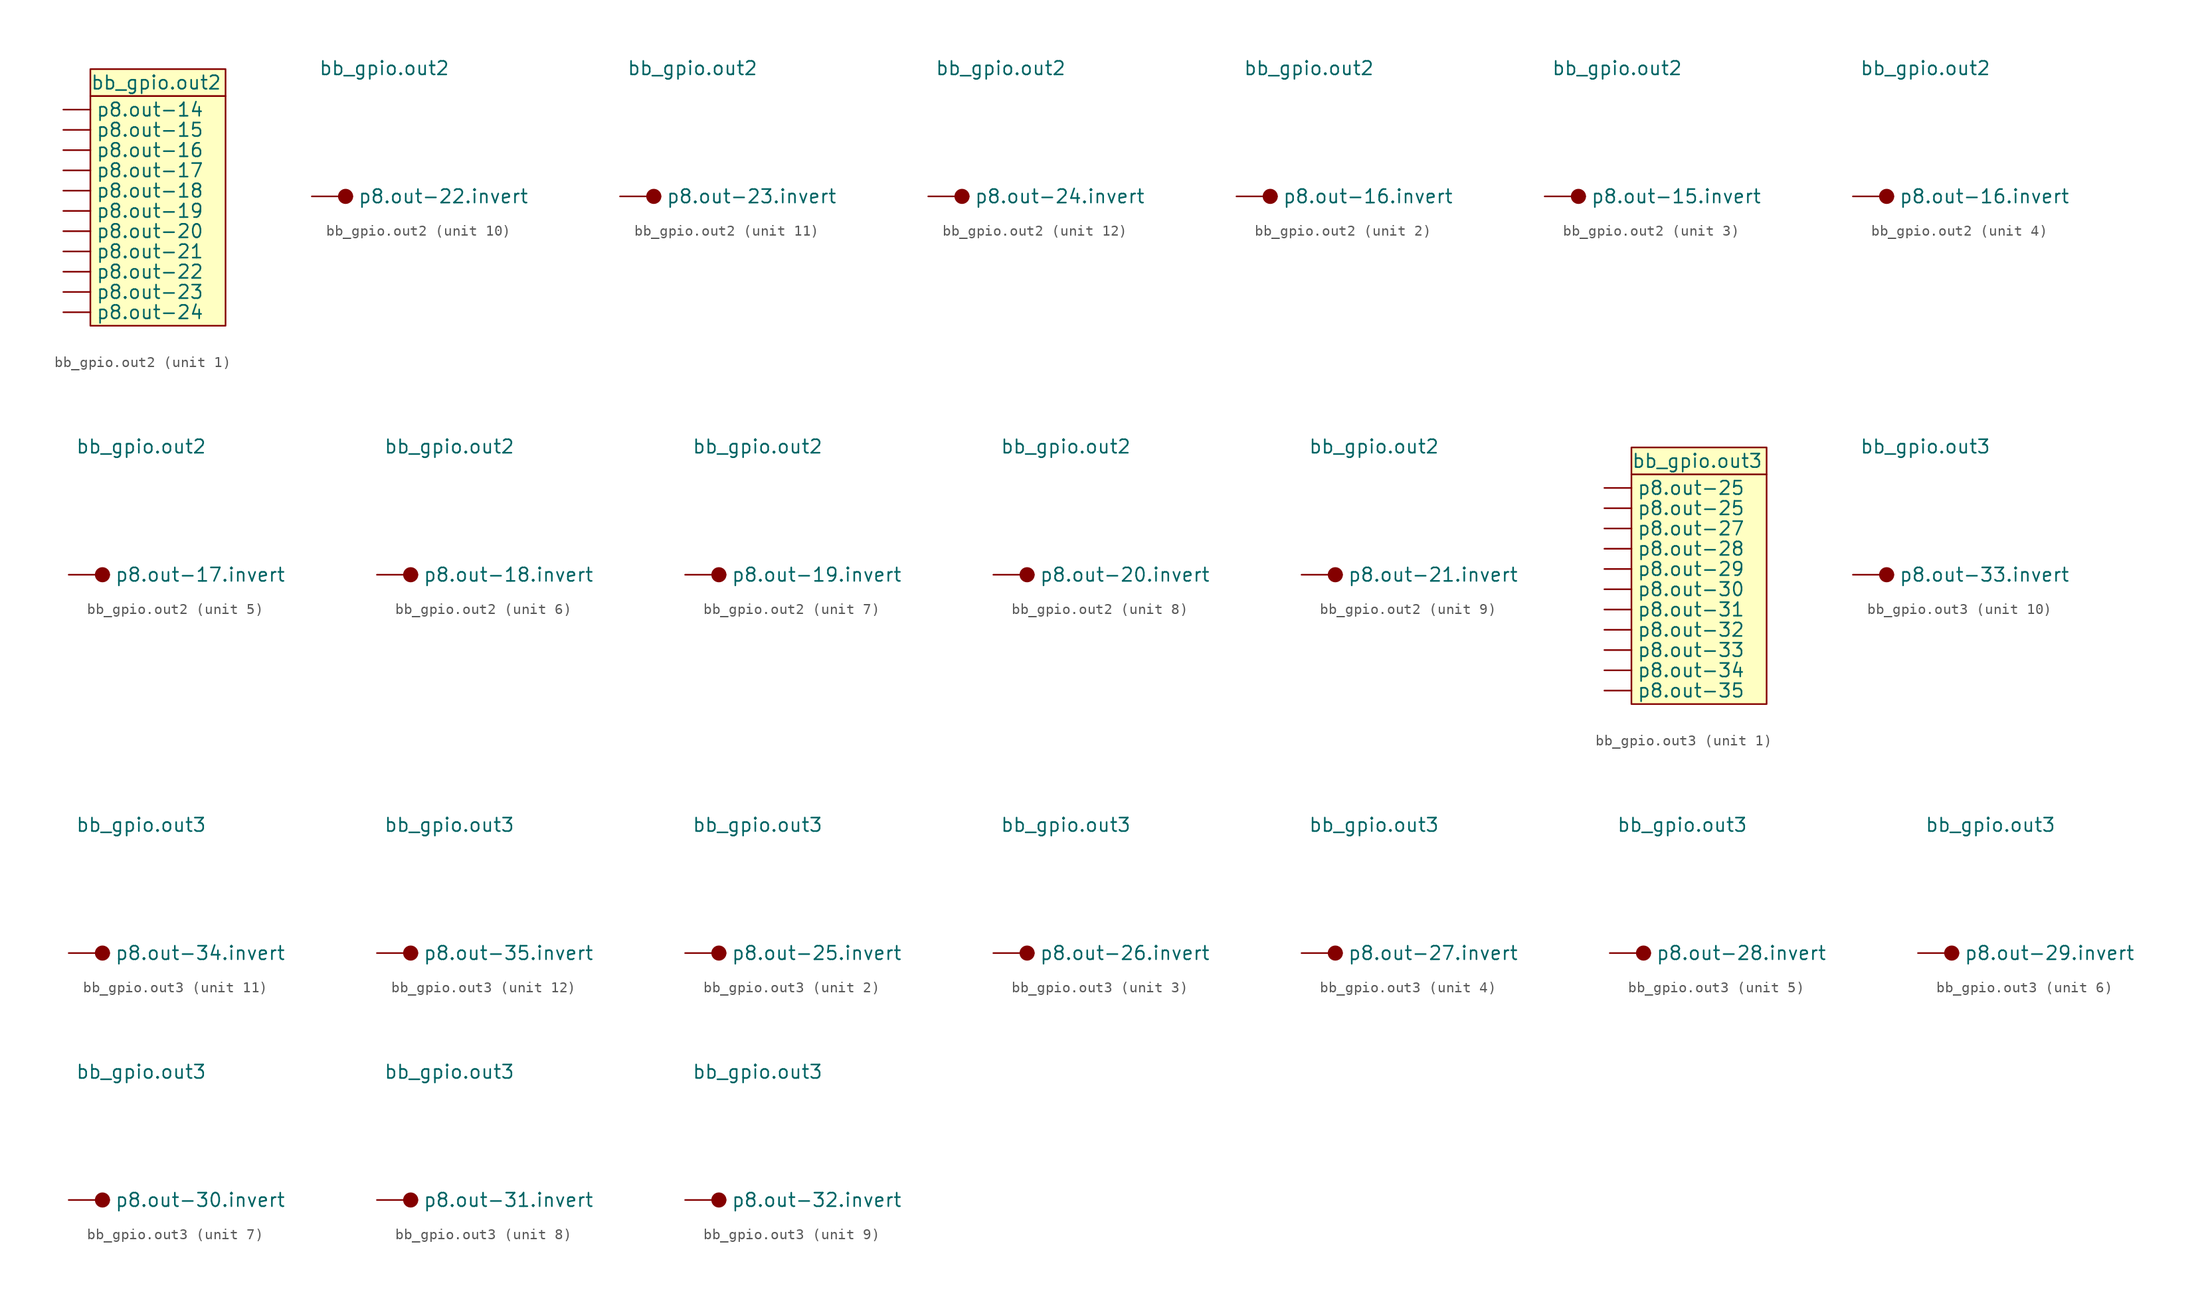
<source format=kicad_sym>
(kicad_symbol_lib
  (version 20220914)
  (generator kicad_symbol_editor)
  (symbol "bb_gpio.out2"
    (pin_numbers hide)
    (property "Reference" "BB-GPIO"
      (at 0 0 0)
      (effects (font (size 1.27 1.27)) hide))
    (property "Value" "bb_gpio.out2"
      (at -3.81 12.065 0)
      (effects (font (size 1.27 1.27)) (justify left)))
    (property "ki_locked" ""
      (at 0 0 0)
      (effects (font (size 1.27 1.27))))
    (symbol "bb_gpio.out2_1_1"
      (rectangle (start -3.81 10.795) (end 8.89 -10.795) (stroke (width 0.152) (type default)) (fill (type background)))
      (rectangle (start -3.81 13.335) (end 8.89 10.795) (stroke (width 0.152) (type default)) (fill (type background)))
      (pin input line (at -6.35 9.525 0) (length 2.54) (name "p8.out-14" (effects (font (size 1.27 1.27)))) (number "1" (effects (font (size 1.27 1.27)))))
      (pin input line (at -6.35 -7.62 0) (length 2.54) (name "p8.out-23" (effects (font (size 1.27 1.27)))) (number "10" (effects (font (size 1.27 1.27)))))
      (pin input line (at -6.35 -9.525 0) (length 2.54) (name "p8.out-24" (effects (font (size 1.27 1.27)))) (number "11" (effects (font (size 1.27 1.27)))))
      (pin input line (at -6.35 7.62 0) (length 2.54) (name "p8.out-15" (effects (font (size 1.27 1.27)))) (number "2" (effects (font (size 1.27 1.27)))))
      (pin input line (at -6.35 5.715 0) (length 2.54) (name "p8.out-16" (effects (font (size 1.27 1.27)))) (number "3" (effects (font (size 1.27 1.27)))))
      (pin input line (at -6.35 3.81 0) (length 2.54) (name "p8.out-17" (effects (font (size 1.27 1.27)))) (number "4" (effects (font (size 1.27 1.27)))))
      (pin input line (at -6.35 1.905 0) (length 2.54) (name "p8.out-18" (effects (font (size 1.27 1.27)))) (number "5" (effects (font (size 1.27 1.27)))))
      (pin input line (at -6.35 0 0) (length 2.54) (name "p8.out-19" (effects (font (size 1.27 1.27)))) (number "6" (effects (font (size 1.27 1.27)))))
      (pin input line (at -6.35 -1.905 0) (length 2.54) (name "p8.out-20" (effects (font (size 1.27 1.27)))) (number "7" (effects (font (size 1.27 1.27)))))
      (pin input line (at -6.35 -3.81 0) (length 2.54) (name "p8.out-21" (effects (font (size 1.27 1.27)))) (number "8" (effects (font (size 1.27 1.27)))))
      (pin input line (at -6.35 -5.715 0) (length 2.54) (name "p8.out-22" (effects (font (size 1.27 1.27)))) (number "9" (effects (font (size 1.27 1.27))))))
    (symbol "bb_gpio.out2_2_1"
      (circle (center -1.27 0) (radius 0.635) (stroke (width 0.152) (type default)) (fill (type outline)))
      (pin input line (at -4.445 0 0) (length 3.81) (name "p8.out-16.invert" (effects (font (size 1.27 1.27)))) (number "12" (effects (font (size 1.27 1.27))))))
    (symbol "bb_gpio.out2_3_1"
      (circle (center -1.27 0) (radius 0.635) (stroke (width 0.152) (type default)) (fill (type outline)))
      (pin input line (at -4.445 0 0) (length 3.81) (name "p8.out-15.invert" (effects (font (size 1.27 1.27)))) (number "13" (effects (font (size 1.27 1.27))))))
    (symbol "bb_gpio.out2_4_1"
      (circle (center -1.27 0) (radius 0.635) (stroke (width 0.152) (type default)) (fill (type outline)))
      (pin input line (at -4.445 0 0) (length 3.81) (name "p8.out-16.invert" (effects (font (size 1.27 1.27)))) (number "14" (effects (font (size 1.27 1.27))))))
    (symbol "bb_gpio.out2_5_1"
      (circle (center -1.27 0) (radius 0.635) (stroke (width 0.152) (type default)) (fill (type outline)))
      (pin input line (at -4.445 0 0) (length 3.81) (name "p8.out-17.invert" (effects (font (size 1.27 1.27)))) (number "15" (effects (font (size 1.27 1.27))))))
    (symbol "bb_gpio.out2_6_1"
      (circle (center -1.27 0) (radius 0.635) (stroke (width 0.152) (type default)) (fill (type outline)))
      (pin input line (at -4.445 0 0) (length 3.81) (name "p8.out-18.invert" (effects (font (size 1.27 1.27)))) (number "16" (effects (font (size 1.27 1.27))))))
    (symbol "bb_gpio.out2_7_1"
      (circle (center -1.27 0) (radius 0.635) (stroke (width 0.152) (type default)) (fill (type outline)))
      (pin input line (at -4.445 0 0) (length 3.81) (name "p8.out-19.invert" (effects (font (size 1.27 1.27)))) (number "17" (effects (font (size 1.27 1.27))))))
    (symbol "bb_gpio.out2_8_1"
      (circle (center -1.27 0) (radius 0.635) (stroke (width 0.152) (type default)) (fill (type outline)))
      (pin input line (at -4.445 0 0) (length 3.81) (name "p8.out-20.invert" (effects (font (size 1.27 1.27)))) (number "18" (effects (font (size 1.27 1.27))))))
    (symbol "bb_gpio.out2_9_1"
      (circle (center -1.27 0) (radius 0.635) (stroke (width 0.152) (type default)) (fill (type outline)))
      (pin input line (at -4.445 0 0) (length 3.81) (name "p8.out-21.invert" (effects (font (size 1.27 1.27)))) (number "19" (effects (font (size 1.27 1.27))))))
    (symbol "bb_gpio.out2_10_1"
      (circle (center -1.27 0) (radius 0.635) (stroke (width 0.152) (type default)) (fill (type outline)))
      (pin input line (at -4.445 0 0) (length 3.81) (name "p8.out-22.invert" (effects (font (size 1.27 1.27)))) (number "20" (effects (font (size 1.27 1.27))))))
    (symbol "bb_gpio.out2_11_1"
      (circle (center -1.27 0) (radius 0.635) (stroke (width 0.152) (type default)) (fill (type outline)))
      (pin input line (at -4.445 0 0) (length 3.81) (name "p8.out-23.invert" (effects (font (size 1.27 1.27)))) (number "21" (effects (font (size 1.27 1.27))))))
    (symbol "bb_gpio.out2_12_1"
      (circle (center -1.27 0) (radius 0.635) (stroke (width 0.152) (type default)) (fill (type outline)))
      (pin input line (at -4.445 0 0) (length 3.81) (name "p8.out-24.invert" (effects (font (size 1.27 1.27)))) (number "22" (effects (font (size 1.27 1.27)))))))
  (symbol "bb_gpio.out3"
    (pin_numbers hide)
    (property "Reference" "BB-GPIO"
      (at 0 0 0)
      (effects (font (size 1.27 1.27)) hide))
    (property "Value" "bb_gpio.out3"
      (at -3.81 12.065 0)
      (effects (font (size 1.27 1.27)) (justify left)))
    (property "ki_locked" ""
      (at 0 0 0)
      (effects (font (size 1.27 1.27))))
    (symbol "bb_gpio.out3_1_1"
      (rectangle (start -3.81 10.795) (end 8.89 -10.795) (stroke (width 0.152) (type default)) (fill (type background)))
      (rectangle (start -3.81 13.335) (end 8.89 10.795) (stroke (width 0.152) (type default)) (fill (type background)))
      (pin input line (at -6.35 9.525 0) (length 2.54) (name "p8.out-25" (effects (font (size 1.27 1.27)))) (number "1" (effects (font (size 1.27 1.27)))))
      (pin input line (at -6.35 -7.62 0) (length 2.54) (name "p8.out-34" (effects (font (size 1.27 1.27)))) (number "10" (effects (font (size 1.27 1.27)))))
      (pin input line (at -6.35 -9.525 0) (length 2.54) (name "p8.out-35" (effects (font (size 1.27 1.27)))) (number "11" (effects (font (size 1.27 1.27)))))
      (pin input line (at -6.35 7.62 0) (length 2.54) (name "p8.out-25" (effects (font (size 1.27 1.27)))) (number "2" (effects (font (size 1.27 1.27)))))
      (pin input line (at -6.35 5.715 0) (length 2.54) (name "p8.out-27" (effects (font (size 1.27 1.27)))) (number "3" (effects (font (size 1.27 1.27)))))
      (pin input line (at -6.35 3.81 0) (length 2.54) (name "p8.out-28" (effects (font (size 1.27 1.27)))) (number "4" (effects (font (size 1.27 1.27)))))
      (pin input line (at -6.35 1.905 0) (length 2.54) (name "p8.out-29" (effects (font (size 1.27 1.27)))) (number "5" (effects (font (size 1.27 1.27)))))
      (pin input line (at -6.35 0 0) (length 2.54) (name "p8.out-30" (effects (font (size 1.27 1.27)))) (number "6" (effects (font (size 1.27 1.27)))))
      (pin input line (at -6.35 -1.905 0) (length 2.54) (name "p8.out-31" (effects (font (size 1.27 1.27)))) (number "7" (effects (font (size 1.27 1.27)))))
      (pin input line (at -6.35 -3.81 0) (length 2.54) (name "p8.out-32" (effects (font (size 1.27 1.27)))) (number "8" (effects (font (size 1.27 1.27)))))
      (pin input line (at -6.35 -5.715 0) (length 2.54) (name "p8.out-33" (effects (font (size 1.27 1.27)))) (number "9" (effects (font (size 1.27 1.27))))))
    (symbol "bb_gpio.out3_2_1"
      (circle (center -1.27 0) (radius 0.635) (stroke (width 0.152) (type default)) (fill (type outline)))
      (pin input line (at -4.445 0 0) (length 3.81) (name "p8.out-25.invert" (effects (font (size 1.27 1.27)))) (number "12" (effects (font (size 1.27 1.27))))))
    (symbol "bb_gpio.out3_3_1"
      (circle (center -1.27 0) (radius 0.635) (stroke (width 0.152) (type default)) (fill (type outline)))
      (pin input line (at -4.445 0 0) (length 3.81) (name "p8.out-26.invert" (effects (font (size 1.27 1.27)))) (number "13" (effects (font (size 1.27 1.27))))))
    (symbol "bb_gpio.out3_4_1"
      (circle (center -1.27 0) (radius 0.635) (stroke (width 0.152) (type default)) (fill (type outline)))
      (pin input line (at -4.445 0 0) (length 3.81) (name "p8.out-27.invert" (effects (font (size 1.27 1.27)))) (number "14" (effects (font (size 1.27 1.27))))))
    (symbol "bb_gpio.out3_5_1"
      (circle (center -1.27 0) (radius 0.635) (stroke (width 0.152) (type default)) (fill (type outline)))
      (pin input line (at -4.445 0 0) (length 3.81) (name "p8.out-28.invert" (effects (font (size 1.27 1.27)))) (number "15" (effects (font (size 1.27 1.27))))))
    (symbol "bb_gpio.out3_6_1"
      (circle (center -1.27 0) (radius 0.635) (stroke (width 0.152) (type default)) (fill (type outline)))
      (pin input line (at -4.445 0 0) (length 3.81) (name "p8.out-29.invert" (effects (font (size 1.27 1.27)))) (number "16" (effects (font (size 1.27 1.27))))))
    (symbol "bb_gpio.out3_7_1"
      (circle (center -1.27 0) (radius 0.635) (stroke (width 0.152) (type default)) (fill (type outline)))
      (pin input line (at -4.445 0 0) (length 3.81) (name "p8.out-30.invert" (effects (font (size 1.27 1.27)))) (number "17" (effects (font (size 1.27 1.27))))))
    (symbol "bb_gpio.out3_8_1"
      (circle (center -1.27 0) (radius 0.635) (stroke (width 0.152) (type default)) (fill (type outline)))
      (pin input line (at -4.445 0 0) (length 3.81) (name "p8.out-31.invert" (effects (font (size 1.27 1.27)))) (number "18" (effects (font (size 1.27 1.27))))))
    (symbol "bb_gpio.out3_9_1"
      (circle (center -1.27 0) (radius 0.635) (stroke (width 0.152) (type default)) (fill (type outline)))
      (pin input line (at -4.445 0 0) (length 3.81) (name "p8.out-32.invert" (effects (font (size 1.27 1.27)))) (number "19" (effects (font (size 1.27 1.27))))))
    (symbol "bb_gpio.out3_10_1"
      (circle (center -1.27 0) (radius 0.635) (stroke (width 0.152) (type default)) (fill (type outline)))
      (pin input line (at -4.445 0 0) (length 3.81) (name "p8.out-33.invert" (effects (font (size 1.27 1.27)))) (number "20" (effects (font (size 1.27 1.27))))))
    (symbol "bb_gpio.out3_11_1"
      (circle (center -1.27 0) (radius 0.635) (stroke (width 0.152) (type default)) (fill (type outline)))
      (pin input line (at -4.445 0 0) (length 3.81) (name "p8.out-34.invert" (effects (font (size 1.27 1.27)))) (number "21" (effects (font (size 1.27 1.27))))))
    (symbol "bb_gpio.out3_12_1"
      (circle (center -1.27 0) (radius 0.635) (stroke (width 0.152) (type default)) (fill (type outline)))
      (pin input line (at -4.445 0 0) (length 3.81) (name "p8.out-35.invert" (effects (font (size 1.27 1.27)))) (number "22" (effects (font (size 1.27 1.27))))))))
</source>
